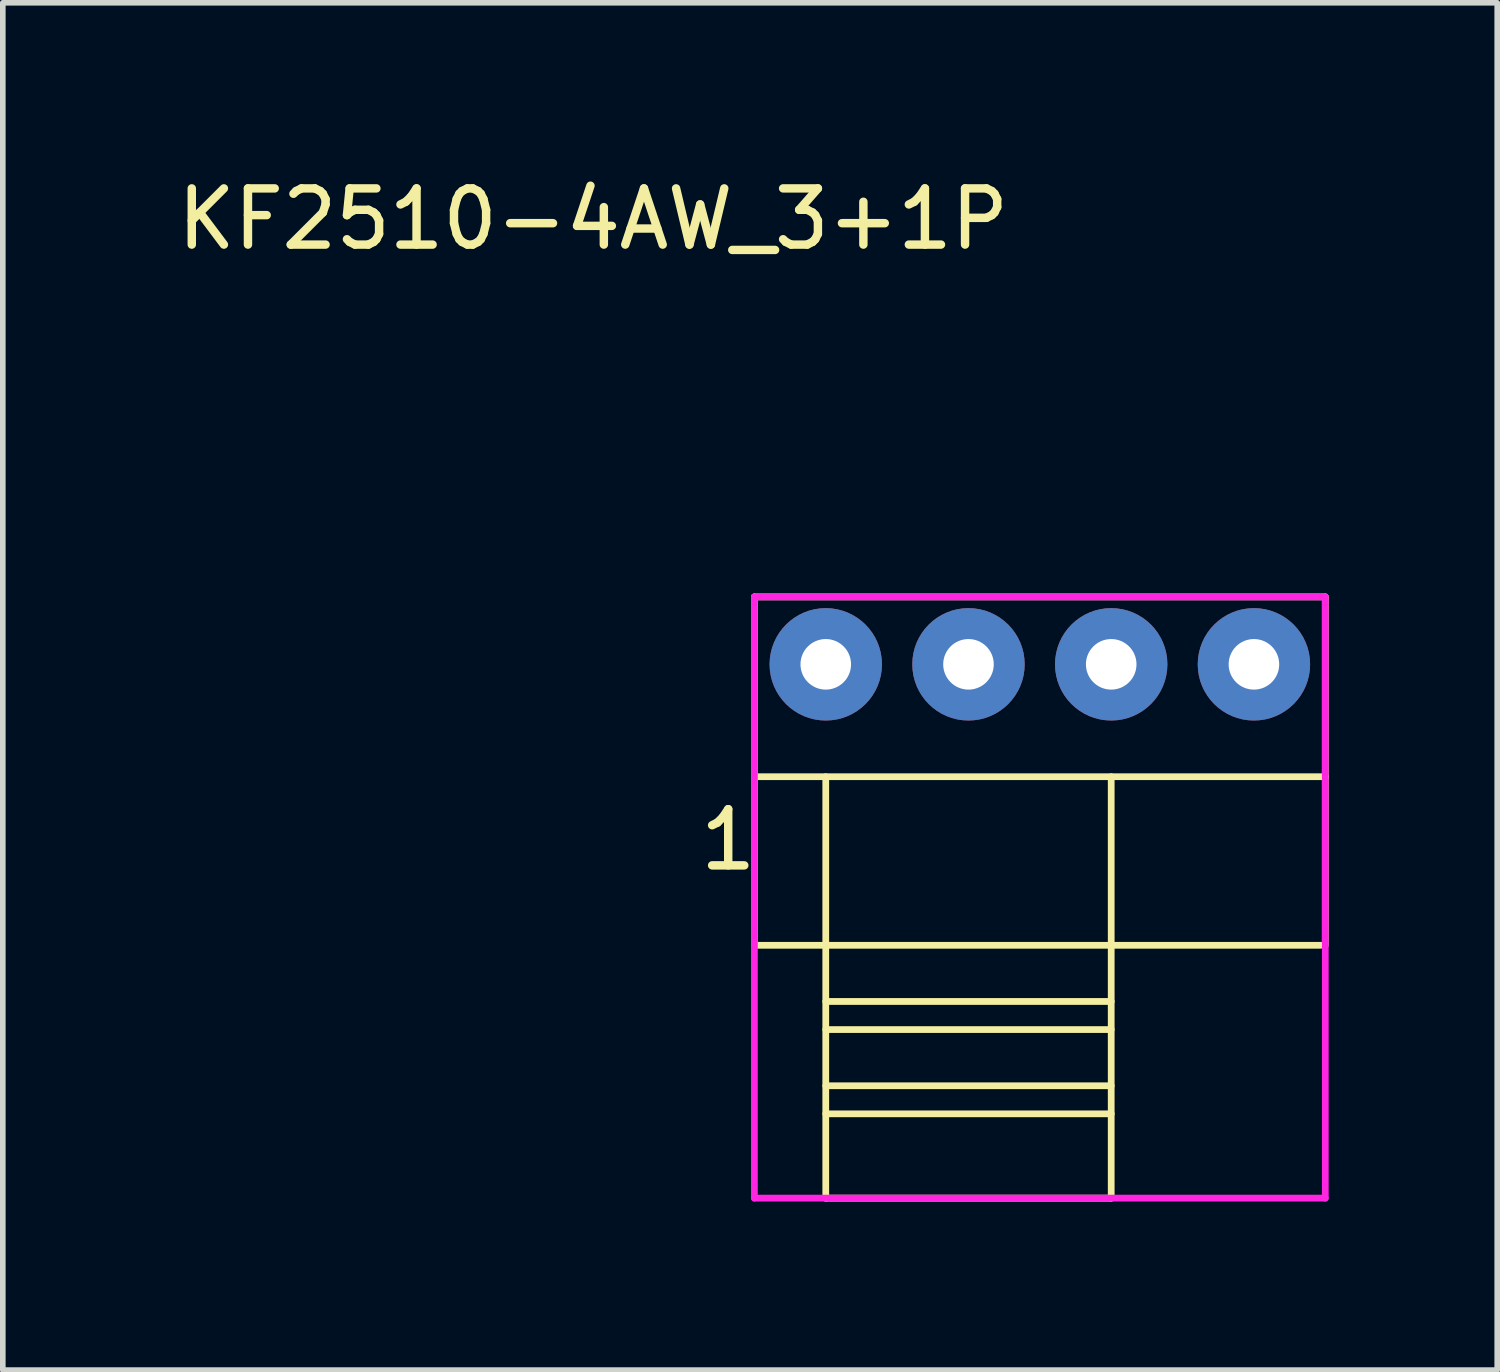
<source format=kicad_pcb>
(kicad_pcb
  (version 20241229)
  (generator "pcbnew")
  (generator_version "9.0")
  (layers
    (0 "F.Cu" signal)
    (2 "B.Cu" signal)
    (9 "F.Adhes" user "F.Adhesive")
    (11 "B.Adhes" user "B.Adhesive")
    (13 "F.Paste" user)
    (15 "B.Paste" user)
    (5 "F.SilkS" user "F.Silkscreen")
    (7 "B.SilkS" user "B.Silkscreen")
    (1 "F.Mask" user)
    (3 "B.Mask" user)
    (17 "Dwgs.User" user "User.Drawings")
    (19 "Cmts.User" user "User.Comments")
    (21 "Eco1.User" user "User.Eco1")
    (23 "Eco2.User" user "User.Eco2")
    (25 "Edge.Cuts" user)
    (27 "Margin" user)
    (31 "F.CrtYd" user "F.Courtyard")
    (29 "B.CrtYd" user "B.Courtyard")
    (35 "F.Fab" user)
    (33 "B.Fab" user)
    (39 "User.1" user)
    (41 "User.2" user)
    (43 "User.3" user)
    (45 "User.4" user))
  (footprint "KF2510-4AW_3+1P"
    (layer "F.Cu")
    (at 15.456 8.773)
    (property "Reference" "KF2510-4AW_3+1P" (at -7.95 -7.925 0) (unlocked yes) (layer "F.SilkS") (effects (font (size 1 1) (thickness 0.15))))
    (attr through_hole)
    (fp_line (start -5.08 -1.2) (end 5.08 -1.2) (stroke (width 0.12) (type default)) (layer "F.SilkS"))
    (fp_line (start -5.08 2) (end -5.08 -1.2) (stroke (width 0.12) (type default)) (layer "F.SilkS"))
    (fp_line (start -5.08 2) (end -5.08 5) (stroke (width 0.12) (type default)) (layer "F.SilkS"))
    (fp_line (start -5.08 5) (end 5 5) (stroke (width 0.12) (type default)) (layer "F.SilkS"))
    (fp_line (start -3.81 2) (end -3.81 9.5) (stroke (width 0.12) (type default)) (layer "F.SilkS"))
    (fp_line (start -3.81 6) (end 1.27 6) (stroke (width 0.12) (type default)) (layer "F.SilkS"))
    (fp_line (start -3.81 6.5) (end 1.27 6.5) (stroke (width 0.12) (type default)) (layer "F.SilkS"))
    (fp_line (start -3.81 7.5) (end 1.27 7.5) (stroke (width 0.12) (type default)) (layer "F.SilkS"))
    (fp_line (start -3.81 8) (end 1.27 8) (stroke (width 0.12) (type default)) (layer "F.SilkS"))
    (fp_line (start -3.81 9.5) (end 1.27 9.5) (stroke (width 0.12) (type default)) (layer "F.SilkS"))
    (fp_line (start 1.27 9.5) (end 1.27 2) (stroke (width 0.12) (type default)) (layer "F.SilkS"))
    (fp_line (start 5.08 -1.2) (end 5.08 2) (stroke (width 0.12) (type default)) (layer "F.SilkS"))
    (fp_line (start 5.08 2) (end -5.08 2) (stroke (width 0.12) (type default)) (layer "F.SilkS"))
    (fp_line (start 5.08 5) (end 5.08 2) (stroke (width 0.12) (type default)) (layer "F.SilkS"))
    (fp_line (start -5.08 -1.2) (end -5.08 9.5) (stroke (width 0.12) (type default)) (layer "F.CrtYd"))
    (fp_line (start -5.08 9.5) (end 5.08 9.5) (stroke (width 0.12) (type default)) (layer "F.CrtYd"))
    (fp_line (start 5.08 -1.2) (end -5.08 -1.2) (stroke (width 0.12) (type default)) (layer "F.CrtYd"))
    (fp_line (start 5.08 9.5) (end 5.08 -1.2) (stroke (width 0.12) (type default)) (layer "F.CrtYd"))
    (fp_text user "1" (at -6.121 3.708 0) (unlocked yes) (layer "F.SilkS") (effects (font (size 1 1) (thickness 0.15)) (justify left bottom)))
    (pad "1" thru_hole circle (at -3.81 0) (size 2 2) (drill 0.9) (layers "*.Cu" "*.Mask"))
    (pad "2" thru_hole circle (at -1.27 0) (size 2 2) (drill 0.9) (layers "*.Cu" "*.Mask"))
    (pad "3" thru_hole circle (at 1.27 0) (size 2 2) (drill 0.9) (layers "*.Cu" "*.Mask"))
    (pad "4" thru_hole circle (at 3.81 0) (size 2 2) (drill 0.9) (layers "*.Cu" "*.Mask")))
  (gr_rect
    (start -3 -3)
    (end 23.596 21.333)
    (stroke (width 0.1) (type default))
    (fill no)
    (layer "Edge.Cuts")))
</source>
